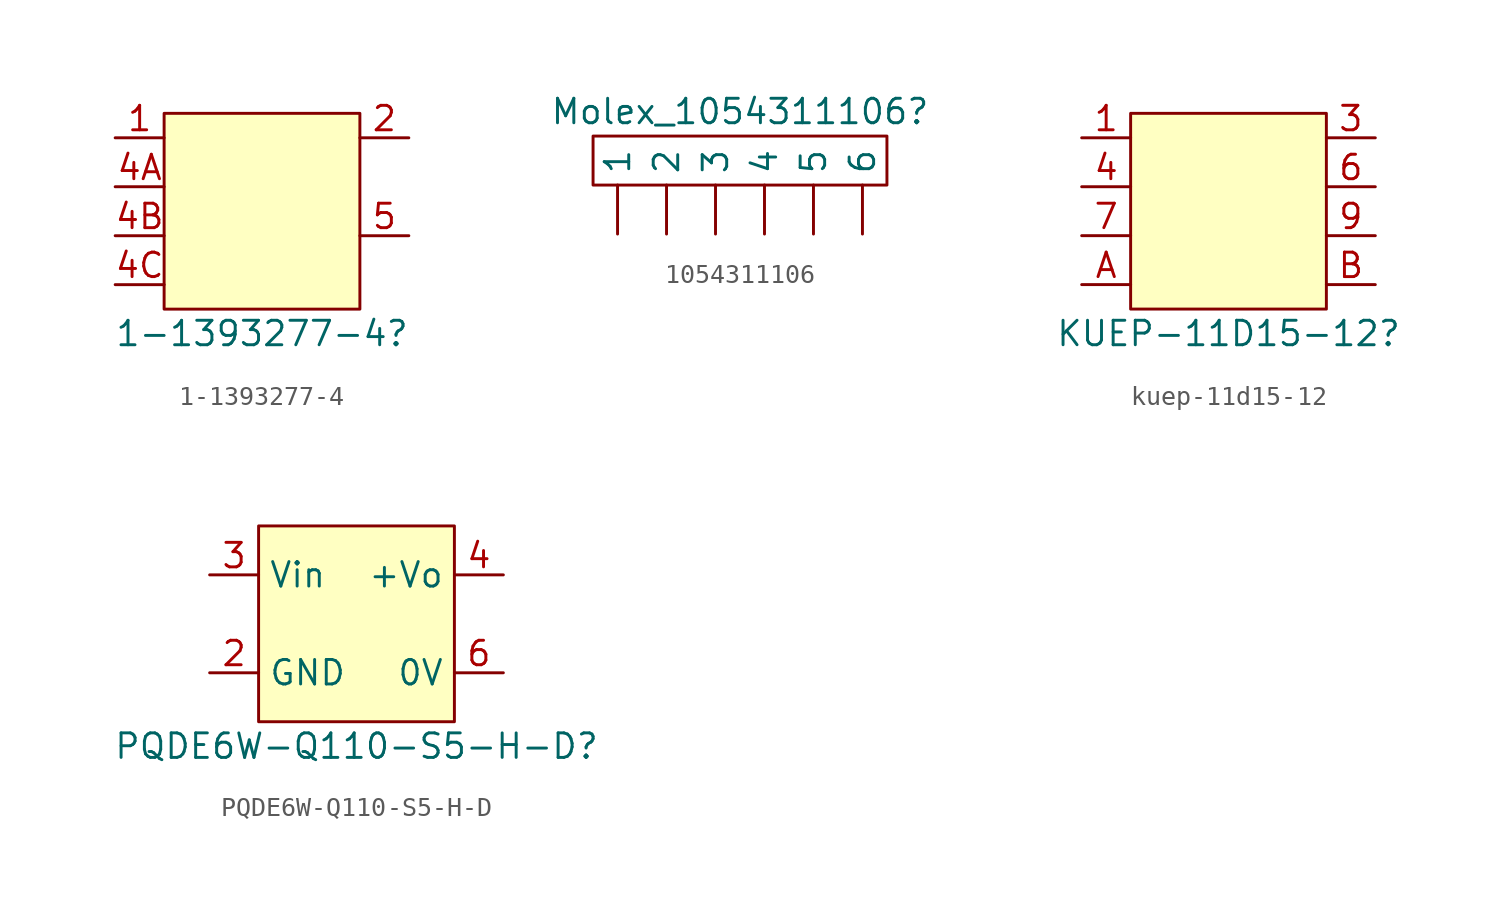
<source format=kicad_sym>
(kicad_symbol_lib
  (version 20220914)
  (generator kicad_symbol_editor)
  (symbol "1-1393277-4"
    (property "Reference" "1-1393277-4"
      (at 0 -2.54 0)
      (effects (font (size 1.27 1.27))))
    (property "Value" ""
      (at -1.27 0 0)
      (effects (font (size 1.27 1.27))))
    (symbol "1-1393277-4_1_1"
      (rectangle (start -5.08 8.89) (end 5.08 -1.27) (stroke (width 0) (type default)) (fill (type background)))
      (pin input line (at -7.62 7.62 0) (length 2.54) (name "" (effects (font (size 1.27 1.27)))) (number "1" (effects (font (size 1.27 1.27)))))
      (pin output line (at 7.62 7.62 180) (length 2.54) (name "" (effects (font (size 1.27 1.27)))) (number "2" (effects (font (size 1.27 1.27)))))
      (pin output line (at -7.62 5.08 0) (length 2.54) (name "" (effects (font (size 1.27 1.27)))) (number "4A" (effects (font (size 1.27 1.27)))))
      (pin output line (at -7.62 2.54 0) (length 2.54) (name "" (effects (font (size 1.27 1.27)))) (number "4B" (effects (font (size 1.27 1.27)))))
      (pin output line (at -7.62 0 0) (length 2.54) (name "" (effects (font (size 1.27 1.27)))) (number "4C" (effects (font (size 1.27 1.27)))))
      (pin input line (at 7.62 2.54 180) (length 2.54) (name "" (effects (font (size 1.27 1.27)))) (number "5" (effects (font (size 1.27 1.27)))))))
  (symbol "1054311106"
    (property "Reference" "Molex_1054311106"
      (at 0 2.54 0)
      (effects (font (size 1.27 1.27))))
    (property "Value" ""
      (at 0 0 0)
      (effects (font (size 1.27 1.27))))
    (symbol "1054311106_0_1"
      (rectangle (start -7.62 1.27) (end 7.62 -1.27) (stroke (width 0) (type default)) (fill (type none))))
    (symbol "1054311106_1_1"
      (pin bidirectional line (at -6.35 -3.81 90) (length 2.54) (name "1" (effects (font (size 1.27 1.27)))) (number "" (effects (font (size 1.27 1.27)))))
      (pin bidirectional line (at -3.81 -3.81 90) (length 2.54) (name "2" (effects (font (size 1.27 1.27)))) (number "" (effects (font (size 1.27 1.27)))))
      (pin bidirectional line (at -1.27 -3.81 90) (length 2.54) (name "3" (effects (font (size 1.27 1.27)))) (number "" (effects (font (size 1.27 1.27)))))
      (pin bidirectional line (at 1.27 -3.81 90) (length 2.54) (name "4" (effects (font (size 1.27 1.27)))) (number "" (effects (font (size 1.27 1.27)))))
      (pin bidirectional line (at 3.81 -3.81 90) (length 2.54) (name "5" (effects (font (size 1.27 1.27)))) (number "" (effects (font (size 1.27 1.27)))))
      (pin bidirectional line (at 6.35 -3.81 90) (length 2.54) (name "6" (effects (font (size 1.27 1.27)))) (number "" (effects (font (size 1.27 1.27)))))))
  (symbol "kuep-11d15-12"
    (property "Reference" "KUEP-11D15-12"
      (at 0 -5.08 0)
      (effects (font (size 1.27 1.27))))
    (property "Value" ""
      (at 0 0 0)
      (effects (font (size 1.27 1.27))))
    (symbol "kuep-11d15-12_1_1"
      (rectangle (start -5.08 6.35) (end 5.08 -3.81) (stroke (width 0) (type default)) (fill (type background)))
      (pin output line (at -7.62 5.08 0) (length 2.54) (name "" (effects (font (size 1.27 1.27)))) (number "1" (effects (font (size 1.27 1.27)))))
      (pin output line (at 7.62 5.08 180) (length 2.54) (name "" (effects (font (size 1.27 1.27)))) (number "3" (effects (font (size 1.27 1.27)))))
      (pin output line (at -7.62 2.54 0) (length 2.54) (name "" (effects (font (size 1.27 1.27)))) (number "4" (effects (font (size 1.27 1.27)))))
      (pin output line (at 7.62 2.54 180) (length 2.54) (name "" (effects (font (size 1.27 1.27)))) (number "6" (effects (font (size 1.27 1.27)))))
      (pin input line (at -7.62 0 0) (length 2.54) (name "" (effects (font (size 1.27 1.27)))) (number "7" (effects (font (size 1.27 1.27)))))
      (pin input line (at 7.62 0 180) (length 2.54) (name "" (effects (font (size 1.27 1.27)))) (number "9" (effects (font (size 1.27 1.27)))))
      (pin input line (at -7.62 -2.54 0) (length 2.54) (name "" (effects (font (size 1.27 1.27)))) (number "A" (effects (font (size 1.27 1.27)))))
      (pin output line (at 7.62 -2.54 180) (length 2.54) (name "" (effects (font (size 1.27 1.27)))) (number "B" (effects (font (size 1.27 1.27)))))))
  (symbol "PQDE6W-Q110-S5-H-D"
    (property "Reference" "PQDE6W-Q110-S5-H-D"
      (at 0 -6.35 0)
      (effects (font (size 1.27 1.27))))
    (property "Value" ""
      (at 0 0 0)
      (effects (font (size 1.27 1.27))))
    (symbol "PQDE6W-Q110-S5-H-D_1_1"
      (rectangle (start -5.08 5.08) (end 5.08 -5.08) (stroke (width 0) (type default)) (fill (type background)))
      (pin output line (at -7.62 -2.54 0) (length 2.54) (name "GND" (effects (font (size 1.27 1.27)))) (number "2" (effects (font (size 1.27 1.27)))))
      (pin input line (at -7.62 2.54 0) (length 2.54) (name "Vin" (effects (font (size 1.27 1.27)))) (number "3" (effects (font (size 1.27 1.27)))))
      (pin output line (at 7.62 2.54 180) (length 2.54) (name "+Vo" (effects (font (size 1.27 1.27)))) (number "4" (effects (font (size 1.27 1.27)))))
      (pin input line (at 7.62 -2.54 180) (length 2.54) (name "0V" (effects (font (size 1.27 1.27)))) (number "6" (effects (font (size 1.27 1.27))))))))
</source>
